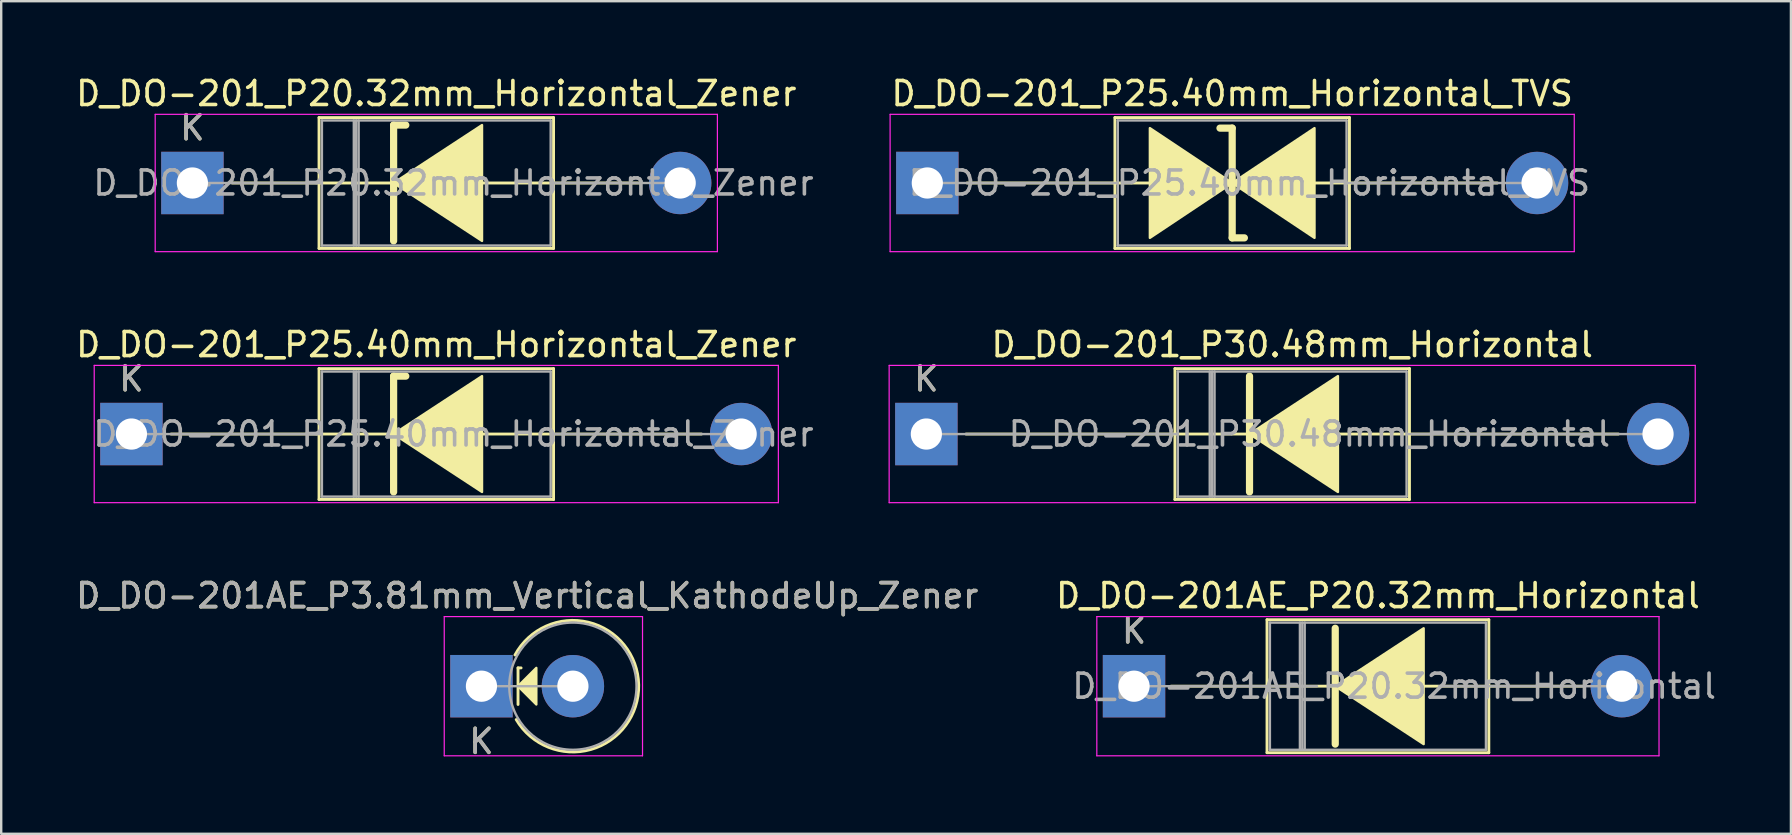
<source format=kicad_pcb>
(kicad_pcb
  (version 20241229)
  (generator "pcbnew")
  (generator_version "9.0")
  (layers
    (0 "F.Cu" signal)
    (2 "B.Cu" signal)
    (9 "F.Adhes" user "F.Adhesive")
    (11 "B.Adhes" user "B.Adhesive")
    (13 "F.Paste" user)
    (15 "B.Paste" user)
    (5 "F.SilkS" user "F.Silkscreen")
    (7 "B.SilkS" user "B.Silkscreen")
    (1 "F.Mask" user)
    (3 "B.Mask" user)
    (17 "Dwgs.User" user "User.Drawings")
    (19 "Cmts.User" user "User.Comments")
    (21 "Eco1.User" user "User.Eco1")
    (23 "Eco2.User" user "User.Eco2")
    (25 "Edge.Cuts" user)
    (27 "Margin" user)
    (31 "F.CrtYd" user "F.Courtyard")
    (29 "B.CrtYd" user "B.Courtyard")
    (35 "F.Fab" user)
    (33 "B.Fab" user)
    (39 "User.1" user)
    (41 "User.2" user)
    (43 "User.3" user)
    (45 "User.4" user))
  (footprint "D_DO-201_P20.32mm_Horizontal_Zener"
    (layer "F.Cu")
    (at 4.965 4.573)
    (property "Reference" "D_DO-201_P20.32mm_Horizontal_Zener" (at 10.16 -3.725 0) (layer "F.SilkS") (effects (font (size 1 1) (thickness 0.15))))
    (attr through_hole)
    (fp_line (start 1.651 0) (end 5.275 0) (stroke (width 0.12) (type solid)) (layer "F.SilkS"))
    (fp_line (start 5.275 -2.725) (end 5.275 2.725) (stroke (width 0.12) (type solid)) (layer "F.SilkS"))
    (fp_line (start 5.275 2.725) (end 15.045 2.725) (stroke (width 0.12) (type solid)) (layer "F.SilkS"))
    (fp_line (start 8.382 -2.413) (end 8.382 2.413) (stroke (width 0.3) (type solid)) (layer "F.SilkS"))
    (fp_line (start 8.382 -2.413) (end 8.89 -2.413) (stroke (width 0.3) (type solid)) (layer "F.SilkS"))
    (fp_line (start 8.382 0) (end 5.275 0) (stroke (width 0.12) (type solid)) (layer "F.SilkS"))
    (fp_line (start 12.065 0) (end 15.045 0) (stroke (width 0.12) (type solid)) (layer "F.SilkS"))
    (fp_line (start 15.045 -2.725) (end 5.275 -2.725) (stroke (width 0.12) (type solid)) (layer "F.SilkS"))
    (fp_line (start 15.045 2.725) (end 15.045 -2.725) (stroke (width 0.12) (type solid)) (layer "F.SilkS"))
    (fp_line (start 18.669 0) (end 15.045 0) (stroke (width 0.12) (type solid)) (layer "F.SilkS"))
    (fp_poly (pts (xy 12.065 2.413) (xy 8.382 0) (xy 12.065 -2.413)) (stroke (width 0.1) (type solid)) (fill yes) (layer "F.SilkS"))
    (fp_line (start -1.55 -2.86) (end -1.55 2.86) (stroke (width 0.05) (type solid)) (layer "F.CrtYd"))
    (fp_line (start -1.55 2.86) (end 21.87 2.86) (stroke (width 0.05) (type solid)) (layer "F.CrtYd"))
    (fp_line (start 21.87 -2.86) (end -1.55 -2.86) (stroke (width 0.05) (type solid)) (layer "F.CrtYd"))
    (fp_line (start 21.87 2.86) (end 21.87 -2.86) (stroke (width 0.05) (type solid)) (layer "F.CrtYd"))
    (fp_line (start 0 0) (end 5.395 0) (stroke (width 0.1) (type solid)) (layer "F.Fab"))
    (fp_line (start 5.395 -2.605) (end 5.395 2.605) (stroke (width 0.1) (type solid)) (layer "F.Fab"))
    (fp_line (start 5.395 2.605) (end 14.925 2.605) (stroke (width 0.1) (type solid)) (layer "F.Fab"))
    (fp_line (start 6.724 -2.605) (end 6.724 2.605) (stroke (width 0.1) (type solid)) (layer "F.Fab"))
    (fp_line (start 6.824 -2.605) (end 6.824 2.605) (stroke (width 0.1) (type solid)) (layer "F.Fab"))
    (fp_line (start 6.925 -2.605) (end 6.925 2.605) (stroke (width 0.1) (type solid)) (layer "F.Fab"))
    (fp_line (start 14.925 -2.605) (end 5.395 -2.605) (stroke (width 0.1) (type solid)) (layer "F.Fab"))
    (fp_line (start 14.925 2.605) (end 14.925 -2.605) (stroke (width 0.1) (type solid)) (layer "F.Fab"))
    (fp_line (start 20.32 0) (end 14.925 0) (stroke (width 0.1) (type solid)) (layer "F.Fab"))
    (fp_text user "K" (at 0 -2.3 0) (layer "F.SilkS") (effects (font (size 1 1) (thickness 0.15))))
    (fp_text user "K" (at 0 -2.3 0) (layer "F.Fab") (effects (font (size 1 1) (thickness 0.15))))
    (fp_text user "${REFERENCE}" (at 10.875 0 0) (layer "F.Fab") (effects (font (size 1 1) (thickness 0.15))))
    (pad "1" thru_hole rect (at 0 0) (size 2.6 2.6) (drill 1.3) (layers "*.Cu" "*.Mask"))
    (pad "2" thru_hole oval (at 20.32 0) (size 2.6 2.6) (drill 1.3) (layers "*.Cu" "*.Mask")))
  (footprint "D_DO-201AE_P20.32mm_Horizontal"
    (layer "F.Cu")
    (at 44.191 25.535)
    (property "Reference" "D_DO-201AE_P20.32mm_Horizontal" (at 10.16 -3.77 0) (layer "F.SilkS") (effects (font (size 1 1) (thickness 0.15))))
    (attr through_hole)
    (fp_line (start 1.54 0) (end 5.54 0) (stroke (width 0.12) (type solid)) (layer "F.SilkS"))
    (fp_line (start 5.54 -2.77) (end 5.54 2.77) (stroke (width 0.12) (type solid)) (layer "F.SilkS"))
    (fp_line (start 5.54 2.77) (end 14.78 2.77) (stroke (width 0.12) (type solid)) (layer "F.SilkS"))
    (fp_line (start 8.382 -2.413) (end 8.382 2.413) (stroke (width 0.3) (type solid)) (layer "F.SilkS"))
    (fp_line (start 8.509 0) (end 5.54 0) (stroke (width 0.12) (type solid)) (layer "F.SilkS"))
    (fp_line (start 12.065 0) (end 14.78 0) (stroke (width 0.12) (type solid)) (layer "F.SilkS"))
    (fp_line (start 14.78 -2.77) (end 5.54 -2.77) (stroke (width 0.12) (type solid)) (layer "F.SilkS"))
    (fp_line (start 14.78 2.77) (end 14.78 -2.77) (stroke (width 0.12) (type solid)) (layer "F.SilkS"))
    (fp_line (start 18.78 0) (end 14.78 0) (stroke (width 0.12) (type solid)) (layer "F.SilkS"))
    (fp_poly (pts (xy 12.065 2.413) (xy 8.382 0) (xy 12.065 -2.413)) (stroke (width 0.1) (type solid)) (fill yes) (layer "F.SilkS"))
    (fp_line (start -1.55 -2.9) (end -1.55 2.9) (stroke (width 0.05) (type solid)) (layer "F.CrtYd"))
    (fp_line (start -1.55 2.9) (end 21.87 2.9) (stroke (width 0.05) (type solid)) (layer "F.CrtYd"))
    (fp_line (start 21.87 -2.9) (end -1.55 -2.9) (stroke (width 0.05) (type solid)) (layer "F.CrtYd"))
    (fp_line (start 21.87 2.9) (end 21.87 -2.9) (stroke (width 0.05) (type solid)) (layer "F.CrtYd"))
    (fp_line (start 0 0) (end 7.62 0) (stroke (width 0.1) (type solid)) (layer "F.Fab"))
    (fp_line (start 5.66 -2.65) (end 5.66 2.65) (stroke (width 0.1) (type solid)) (layer "F.Fab"))
    (fp_line (start 5.66 2.65) (end 14.66 2.65) (stroke (width 0.1) (type solid)) (layer "F.Fab"))
    (fp_line (start 6.91 -2.65) (end 6.91 2.65) (stroke (width 0.1) (type solid)) (layer "F.Fab"))
    (fp_line (start 7.01 -2.65) (end 7.01 2.65) (stroke (width 0.1) (type solid)) (layer "F.Fab"))
    (fp_line (start 7.11 -2.65) (end 7.11 2.65) (stroke (width 0.1) (type solid)) (layer "F.Fab"))
    (fp_line (start 14.66 -2.65) (end 5.66 -2.65) (stroke (width 0.1) (type solid)) (layer "F.Fab"))
    (fp_line (start 14.66 2.65) (end 14.66 -2.65) (stroke (width 0.1) (type solid)) (layer "F.Fab"))
    (fp_line (start 20.32 0) (end 12.7 0) (stroke (width 0.1) (type solid)) (layer "F.Fab"))
    (fp_text user "K" (at 0 -2.3 0) (layer "F.SilkS") (effects (font (size 1 1) (thickness 0.15))))
    (fp_text user "K" (at 0 -2.3 0) (layer "F.Fab") (effects (font (size 1 1) (thickness 0.15))))
    (fp_text user "${REFERENCE}" (at 10.835 0 0) (layer "F.Fab") (effects (font (size 1 1) (thickness 0.15))))
    (pad "1" thru_hole rect (at 0 0) (size 2.6 2.6) (drill 1.3) (layers "*.Cu" "*.Mask"))
    (pad "2" thru_hole oval (at 20.32 0) (size 2.6 2.6) (drill 1.3) (layers "*.Cu" "*.Mask")))
  (footprint "D_DO-201AE_P3.81mm_Vertical_KathodeUp_Zener"
    (layer "F.Cu")
    (at 17.006 25.535)
    (property "Reference" "D_DO-201AE_P3.81mm_Vertical_KathodeUp_Zener" (at 1.905 -3.77 0) (layer "F.SilkS") (effects (font (size 1 1) (thickness 0.15))))
    (attr through_hole)
    (fp_line (start 1.524 -0.762) (end 1.524 0.762) (stroke (width 0.12) (type solid)) (layer "F.SilkS"))
    (fp_line (start 1.524 -0.762) (end 1.651 -0.762) (stroke (width 0.12) (type solid)) (layer "F.SilkS"))
    (fp_arc (start 1.396849 -1.3) (mid 6.55054 -0.052312) (end 1.448218 1.391144) (stroke (width 0.12) (type solid)) (layer "F.SilkS"))
    (fp_poly (pts (xy 2.286 0.762) (xy 1.524 0) (xy 2.286 -0.762)) (stroke (width 0.1) (type solid)) (fill yes) (layer "F.SilkS"))
    (fp_line (start -1.55 -2.9) (end -1.55 2.9) (stroke (width 0.05) (type solid)) (layer "F.CrtYd"))
    (fp_line (start -1.55 2.9) (end 6.71 2.9) (stroke (width 0.05) (type solid)) (layer "F.CrtYd"))
    (fp_line (start 6.71 -2.9) (end -1.55 -2.9) (stroke (width 0.05) (type solid)) (layer "F.CrtYd"))
    (fp_line (start 6.71 2.9) (end 6.71 -2.9) (stroke (width 0.05) (type solid)) (layer "F.CrtYd"))
    (fp_line (start 0 0) (end 3.81 0) (stroke (width 0.1) (type solid)) (layer "F.Fab"))
    (fp_circle (center 3.81 0) (end 6.46 0) (stroke (width 0.1) (type solid)) (fill no) (layer "F.Fab"))
    (fp_text user "K" (at 0 2.3 0) (layer "F.SilkS") (effects (font (size 1 1) (thickness 0.15))))
    (fp_text user "K" (at 0 2.3 0) (layer "F.Fab") (effects (font (size 1 1) (thickness 0.15))))
    (fp_text user "${REFERENCE}" (at 1.905 -3.77 0) (layer "F.Fab") (effects (font (size 1 1) (thickness 0.15))))
    (pad "1" thru_hole rect (at 0 0) (size 2.6 2.6) (drill 1.3) (layers "*.Cu" "*.Mask"))
    (pad "2" thru_hole oval (at 3.81 0) (size 2.6 2.6) (drill 1.3) (layers "*.Cu" "*.Mask")))
  (footprint "D_DO-201_P25.40mm_Horizontal_Zener"
    (layer "F.Cu")
    (at 2.425 15.031)
    (property "Reference" "D_DO-201_P25.40mm_Horizontal_Zener" (at 12.7 -3.725 0) (layer "F.SilkS") (effects (font (size 1 1) (thickness 0.15))))
    (attr through_hole)
    (fp_line (start 1.651 0) (end 7.815 0) (stroke (width 0.12) (type solid)) (layer "F.SilkS"))
    (fp_line (start 7.815 -2.725) (end 7.815 2.725) (stroke (width 0.12) (type solid)) (layer "F.SilkS"))
    (fp_line (start 7.815 2.725) (end 17.585 2.725) (stroke (width 0.12) (type solid)) (layer "F.SilkS"))
    (fp_line (start 10.922 -2.413) (end 10.922 2.413) (stroke (width 0.3) (type solid)) (layer "F.SilkS"))
    (fp_line (start 10.922 -2.413) (end 11.43 -2.413) (stroke (width 0.3) (type solid)) (layer "F.SilkS"))
    (fp_line (start 10.922 0) (end 7.815 0) (stroke (width 0.12) (type solid)) (layer "F.SilkS"))
    (fp_line (start 14.605 0) (end 17.585 0) (stroke (width 0.12) (type solid)) (layer "F.SilkS"))
    (fp_line (start 17.585 -2.725) (end 7.815 -2.725) (stroke (width 0.12) (type solid)) (layer "F.SilkS"))
    (fp_line (start 17.585 2.725) (end 17.585 -2.725) (stroke (width 0.12) (type solid)) (layer "F.SilkS"))
    (fp_line (start 23.749 0) (end 17.585 0) (stroke (width 0.12) (type solid)) (layer "F.SilkS"))
    (fp_poly (pts (xy 14.605 2.413) (xy 10.922 0) (xy 14.605 -2.413)) (stroke (width 0.1) (type solid)) (fill yes) (layer "F.SilkS"))
    (fp_line (start -1.55 -2.86) (end -1.55 2.86) (stroke (width 0.05) (type solid)) (layer "F.CrtYd"))
    (fp_line (start -1.55 2.86) (end 26.95 2.86) (stroke (width 0.05) (type solid)) (layer "F.CrtYd"))
    (fp_line (start 26.95 -2.86) (end -1.55 -2.86) (stroke (width 0.05) (type solid)) (layer "F.CrtYd"))
    (fp_line (start 26.95 2.86) (end 26.95 -2.86) (stroke (width 0.05) (type solid)) (layer "F.CrtYd"))
    (fp_line (start 0 0) (end 7.935 0) (stroke (width 0.1) (type solid)) (layer "F.Fab"))
    (fp_line (start 7.935 -2.605) (end 7.935 2.605) (stroke (width 0.1) (type solid)) (layer "F.Fab"))
    (fp_line (start 7.935 2.605) (end 17.465 2.605) (stroke (width 0.1) (type solid)) (layer "F.Fab"))
    (fp_line (start 9.264 -2.605) (end 9.264 2.605) (stroke (width 0.1) (type solid)) (layer "F.Fab"))
    (fp_line (start 9.364 -2.605) (end 9.364 2.605) (stroke (width 0.1) (type solid)) (layer "F.Fab"))
    (fp_line (start 9.464 -2.605) (end 9.464 2.605) (stroke (width 0.1) (type solid)) (layer "F.Fab"))
    (fp_line (start 17.465 -2.605) (end 7.935 -2.605) (stroke (width 0.1) (type solid)) (layer "F.Fab"))
    (fp_line (start 17.465 2.605) (end 17.465 -2.605) (stroke (width 0.1) (type solid)) (layer "F.Fab"))
    (fp_line (start 25.4 0) (end 17.465 0) (stroke (width 0.1) (type solid)) (layer "F.Fab"))
    (fp_text user "K" (at 0 -2.3 0) (layer "F.SilkS") (effects (font (size 1 1) (thickness 0.15))))
    (fp_text user "K" (at 0 -2.3 0) (layer "F.Fab") (effects (font (size 1 1) (thickness 0.15))))
    (fp_text user "${REFERENCE}" (at 13.415 0 0) (layer "F.Fab") (effects (font (size 1 1) (thickness 0.15))))
    (pad "1" thru_hole rect (at 0 0) (size 2.6 2.6) (drill 1.3) (layers "*.Cu" "*.Mask"))
    (pad "2" thru_hole oval (at 25.4 0) (size 2.6 2.6) (drill 1.3) (layers "*.Cu" "*.Mask")))
  (footprint "D_DO-201_P30.48mm_Horizontal"
    (layer "F.Cu")
    (at 35.54 15.031)
    (property "Reference" "D_DO-201_P30.48mm_Horizontal" (at 15.24 -3.725 0) (layer "F.SilkS") (effects (font (size 1 1) (thickness 0.15))))
    (attr through_hole)
    (fp_line (start 1.651 0) (end 10.355 0) (stroke (width 0.12) (type solid)) (layer "F.SilkS"))
    (fp_line (start 10.355 -2.725) (end 10.355 2.725) (stroke (width 0.12) (type solid)) (layer "F.SilkS"))
    (fp_line (start 10.355 2.725) (end 20.125 2.725) (stroke (width 0.12) (type solid)) (layer "F.SilkS"))
    (fp_line (start 13.462 -2.413) (end 13.462 2.413) (stroke (width 0.3) (type solid)) (layer "F.SilkS"))
    (fp_line (start 13.462 0) (end 10.355 0) (stroke (width 0.12) (type solid)) (layer "F.SilkS"))
    (fp_line (start 17.145 0) (end 20.125 0) (stroke (width 0.12) (type solid)) (layer "F.SilkS"))
    (fp_line (start 20.125 -2.725) (end 10.355 -2.725) (stroke (width 0.12) (type solid)) (layer "F.SilkS"))
    (fp_line (start 20.125 2.725) (end 20.125 -2.725) (stroke (width 0.12) (type solid)) (layer "F.SilkS"))
    (fp_line (start 28.829 0) (end 20.125 0) (stroke (width 0.12) (type solid)) (layer "F.SilkS"))
    (fp_poly (pts (xy 17.145 2.413) (xy 13.462 0) (xy 17.145 -2.413)) (stroke (width 0.1) (type solid)) (fill yes) (layer "F.SilkS"))
    (fp_line (start -1.55 -2.86) (end -1.55 2.86) (stroke (width 0.05) (type solid)) (layer "F.CrtYd"))
    (fp_line (start -1.55 2.86) (end 32.03 2.86) (stroke (width 0.05) (type solid)) (layer "F.CrtYd"))
    (fp_line (start 32.03 -2.86) (end -1.55 -2.86) (stroke (width 0.05) (type solid)) (layer "F.CrtYd"))
    (fp_line (start 32.03 2.86) (end 32.03 -2.86) (stroke (width 0.05) (type solid)) (layer "F.CrtYd"))
    (fp_line (start 0 0) (end 10.475 0) (stroke (width 0.1) (type solid)) (layer "F.Fab"))
    (fp_line (start 10.475 -2.605) (end 10.475 2.605) (stroke (width 0.1) (type solid)) (layer "F.Fab"))
    (fp_line (start 10.475 2.605) (end 20.005 2.605) (stroke (width 0.1) (type solid)) (layer "F.Fab"))
    (fp_line (start 11.805 -2.605) (end 11.805 2.605) (stroke (width 0.1) (type solid)) (layer "F.Fab"))
    (fp_line (start 11.905 -2.605) (end 11.905 2.605) (stroke (width 0.1) (type solid)) (layer "F.Fab"))
    (fp_line (start 12.005 -2.605) (end 12.005 2.605) (stroke (width 0.1) (type solid)) (layer "F.Fab"))
    (fp_line (start 20.005 -2.605) (end 10.475 -2.605) (stroke (width 0.1) (type solid)) (layer "F.Fab"))
    (fp_line (start 20.005 2.605) (end 20.005 -2.605) (stroke (width 0.1) (type solid)) (layer "F.Fab"))
    (fp_line (start 30.48 0) (end 20.005 0) (stroke (width 0.1) (type solid)) (layer "F.Fab"))
    (fp_text user "K" (at 0 -2.3 0) (layer "F.SilkS") (effects (font (size 1 1) (thickness 0.15))))
    (fp_text user "K" (at 0 -2.3 0) (layer "F.Fab") (effects (font (size 1 1) (thickness 0.15))))
    (fp_text user "${REFERENCE}" (at 15.955 0 0) (layer "F.Fab") (effects (font (size 1 1) (thickness 0.15))))
    (pad "1" thru_hole rect (at 0 0) (size 2.6 2.6) (drill 1.3) (layers "*.Cu" "*.Mask"))
    (pad "2" thru_hole oval (at 30.48 0) (size 2.6 2.6) (drill 1.3) (layers "*.Cu" "*.Mask")))
  (footprint "D_DO-201_P25.40mm_Horizontal_TVS"
    (layer "F.Cu")
    (at 35.58 4.573)
    (property "Reference" "D_DO-201_P25.40mm_Horizontal_TVS" (at 12.7 -3.725 0) (layer "F.SilkS") (effects (font (size 1 1) (thickness 0.15))))
    (attr through_hole)
    (fp_line (start 1.651 0) (end 7.815 0) (stroke (width 0.12) (type solid)) (layer "F.SilkS"))
    (fp_line (start 7.815 -2.725) (end 7.815 2.725) (stroke (width 0.12) (type solid)) (layer "F.SilkS"))
    (fp_line (start 7.815 0) (end 9.271 0) (stroke (width 0.12) (type solid)) (layer "F.SilkS"))
    (fp_line (start 7.815 2.725) (end 17.585 2.725) (stroke (width 0.12) (type solid)) (layer "F.SilkS"))
    (fp_line (start 12.7 -2.286) (end 12.192 -2.286) (stroke (width 0.3) (type solid)) (layer "F.SilkS"))
    (fp_line (start 12.7 2.286) (end 12.7 -2.286) (stroke (width 0.3) (type solid)) (layer "F.SilkS"))
    (fp_line (start 13.208 2.286) (end 12.7 2.286) (stroke (width 0.3) (type solid)) (layer "F.SilkS"))
    (fp_line (start 16.129 0) (end 17.585 0) (stroke (width 0.12) (type solid)) (layer "F.SilkS"))
    (fp_line (start 17.585 -2.725) (end 7.815 -2.725) (stroke (width 0.12) (type solid)) (layer "F.SilkS"))
    (fp_line (start 17.585 2.725) (end 17.585 -2.725) (stroke (width 0.12) (type solid)) (layer "F.SilkS"))
    (fp_line (start 23.749 0) (end 17.585 0) (stroke (width 0.12) (type solid)) (layer "F.SilkS"))
    (fp_poly (pts (xy 12.7 0) (xy 9.271 2.286) (xy 9.271 -2.286)) (stroke (width 0.1) (type solid)) (fill yes) (layer "F.SilkS"))
    (fp_poly (pts (xy 12.7 0) (xy 16.129 -2.286) (xy 16.129 2.286)) (stroke (width 0.1) (type solid)) (fill yes) (layer "F.SilkS"))
    (fp_line (start -1.55 -2.86) (end -1.55 2.86) (stroke (width 0.05) (type solid)) (layer "F.CrtYd"))
    (fp_line (start -1.55 2.86) (end 26.95 2.86) (stroke (width 0.05) (type solid)) (layer "F.CrtYd"))
    (fp_line (start 26.95 -2.86) (end -1.55 -2.86) (stroke (width 0.05) (type solid)) (layer "F.CrtYd"))
    (fp_line (start 26.95 2.86) (end 26.95 -2.86) (stroke (width 0.05) (type solid)) (layer "F.CrtYd"))
    (fp_line (start 0 0) (end 7.935 0) (stroke (width 0.1) (type solid)) (layer "F.Fab"))
    (fp_line (start 7.935 -2.605) (end 7.935 2.605) (stroke (width 0.1) (type solid)) (layer "F.Fab"))
    (fp_line (start 7.935 2.605) (end 17.465 2.605) (stroke (width 0.1) (type solid)) (layer "F.Fab"))
    (fp_line (start 17.465 -2.605) (end 7.935 -2.605) (stroke (width 0.1) (type solid)) (layer "F.Fab"))
    (fp_line (start 17.465 2.605) (end 17.465 -2.605) (stroke (width 0.1) (type solid)) (layer "F.Fab"))
    (fp_line (start 25.4 0) (end 17.465 0) (stroke (width 0.1) (type solid)) (layer "F.Fab"))
    (fp_text user "${REFERENCE}" (at 13.415 0 0) (layer "F.Fab") (effects (font (size 1 1) (thickness 0.15))))
    (pad "1" thru_hole rect (at 0 0) (size 2.6 2.6) (drill 1.3) (layers "*.Cu" "*.Mask"))
    (pad "2" thru_hole oval (at 25.4 0) (size 2.6 2.6) (drill 1.3) (layers "*.Cu" "*.Mask")))
  (gr_rect
    (start -3 -3)
    (end 71.556 31.683)
    (stroke (width 0.1) (type default))
    (fill no)
    (layer "Edge.Cuts")))
</source>
